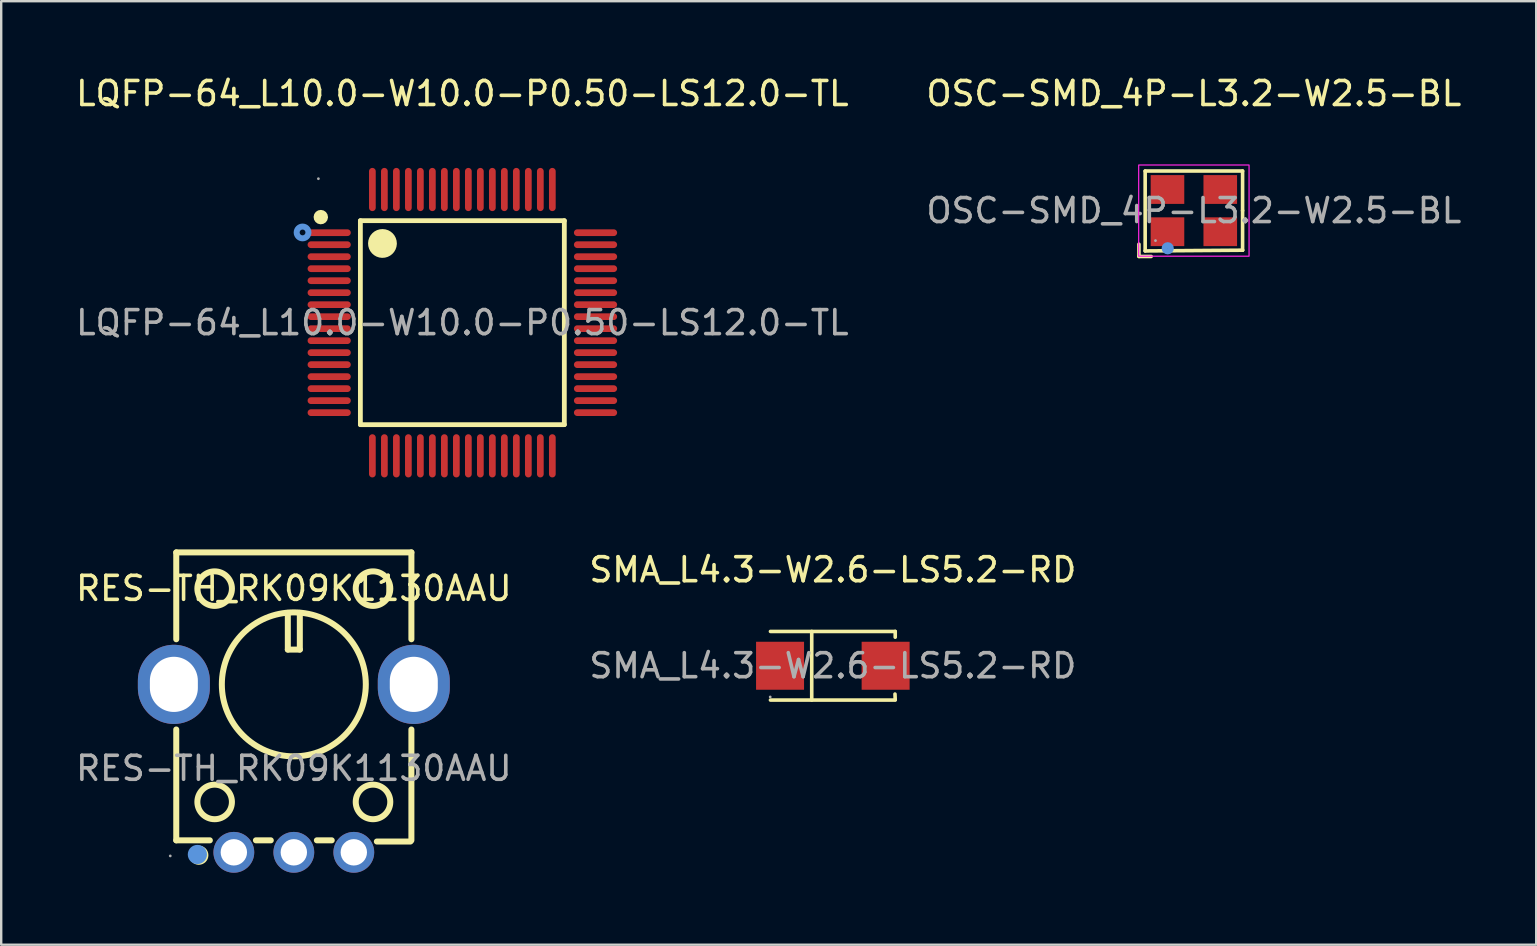
<source format=kicad_pcb>
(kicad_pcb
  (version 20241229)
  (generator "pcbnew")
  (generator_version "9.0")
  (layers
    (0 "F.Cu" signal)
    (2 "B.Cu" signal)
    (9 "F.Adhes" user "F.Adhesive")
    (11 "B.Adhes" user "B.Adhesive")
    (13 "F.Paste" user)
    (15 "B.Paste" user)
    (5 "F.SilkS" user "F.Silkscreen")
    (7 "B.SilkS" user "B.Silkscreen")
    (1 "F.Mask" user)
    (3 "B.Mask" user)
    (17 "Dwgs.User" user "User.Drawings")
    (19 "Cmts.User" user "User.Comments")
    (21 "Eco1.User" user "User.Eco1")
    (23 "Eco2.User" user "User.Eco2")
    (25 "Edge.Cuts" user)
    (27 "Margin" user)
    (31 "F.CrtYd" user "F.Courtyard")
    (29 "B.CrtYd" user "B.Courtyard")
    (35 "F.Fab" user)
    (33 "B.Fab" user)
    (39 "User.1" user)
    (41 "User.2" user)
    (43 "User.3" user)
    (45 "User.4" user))
  (footprint "OSC-SMD_4P-L3.2-W2.5-BL"
    (layer "F.Cu")
    (at 46.708 5.728)
    (property "Reference" "OSC-SMD_4P-L3.2-W2.5-BL" (at 0 -4.88 0) (layer "F.SilkS") (effects (font (size 1 1) (thickness 0.15))))
    (attr smd)
    (fp_line (start -2.29 1.4) (end -2.29 1.91) (stroke (width 0.15) (type solid)) (layer "F.SilkS"))
    (fp_line (start -2.29 1.91) (end -1.78 1.91) (stroke (width 0.15) (type solid)) (layer "F.SilkS"))
    (fp_line (start -2.03 -1.65) (end 2.03 -1.65) (stroke (width 0.15) (type solid)) (layer "F.SilkS"))
    (fp_line (start -2.03 1.68) (end -2.03 -1.65) (stroke (width 0.15) (type solid)) (layer "F.SilkS"))
    (fp_line (start 2.03 -1.65) (end 2.03 0) (stroke (width 0.15) (type solid)) (layer "F.SilkS"))
    (fp_line (start 2.03 0) (end 2.03 1.65) (stroke (width 0.15) (type solid)) (layer "F.SilkS"))
    (fp_line (start 2.03 1.65) (end -2.03 1.68) (stroke (width 0.15) (type solid)) (layer "F.SilkS"))
    (fp_line (start 2.03 1.65) (end 2.03 1.65) (stroke (width 0.15) (type solid)) (layer "F.SilkS"))
    (fp_circle (center -1.09 1.57) (end -0.96 1.57) (stroke (width 0.25) (type solid)) (fill no) (layer "Cmts.User"))
    (fp_rect (start -2.3 -1.9) (end 2.3 1.9) (stroke (width 0.05) (type default)) (fill no) (layer "F.CrtYd"))
    (fp_circle (center -1.6 1.25) (end -1.57 1.25) (stroke (width 0.06) (type solid)) (fill no) (layer "F.Fab"))
    (fp_text user "${REFERENCE}" (at 0 0 0) (layer "F.Fab") (effects (font (size 1 1) (thickness 0.15))))
    (pad "1" smd rect (at -1.1 0.88) (size 1.4 1.2) (layers "F.Cu" "F.Mask" "F.Paste"))
    (pad "2" smd rect (at 1.1 0.88) (size 1.4 1.2) (layers "F.Cu" "F.Mask" "F.Paste"))
    (pad "3" smd rect (at 1.1 -0.88) (size 1.4 1.2) (layers "F.Cu" "F.Mask" "F.Paste"))
    (pad "4" smd rect (at -1.1 -0.88) (size 1.4 1.2) (layers "F.Cu" "F.Mask" "F.Paste")))
  (footprint "LQFP-64_L10.0-W10.0-P0.50-LS12.0-TL"
    (layer "F.Cu")
    (at 16.22 10.398)
    (property "Reference" "LQFP-64_L10.0-W10.0-P0.50-LS12.0-TL" (at 0 -9.55 0) (layer "F.SilkS") (effects (font (size 1 1) (thickness 0.15))))
    (attr through_hole)
    (fp_line (start -4.25 -4.25) (end -4.25 4.25) (stroke (width 0.2) (type solid)) (layer "F.SilkS"))
    (fp_line (start -4.25 4.25) (end 4.25 4.25) (stroke (width 0.2) (type solid)) (layer "F.SilkS"))
    (fp_line (start 4.25 -4.25) (end -4.25 -4.25) (stroke (width 0.2) (type solid)) (layer "F.SilkS"))
    (fp_line (start 4.25 4.25) (end 4.25 -4.25) (stroke (width 0.2) (type solid)) (layer "F.SilkS"))
    (fp_arc (start -5.75 -4.39) (mid -6.05025 -4.404995) (end -5.749667 -4.400016) (stroke (width 0.3) (type solid)) (layer "F.SilkS"))
    (fp_arc (start -3.03 -3.29) (mid -3.630125 -3.304999) (end -3.029833 -3.300004) (stroke (width 0.6) (type solid)) (layer "F.SilkS"))
    (fp_circle (center -6.66 -3.76) (end -6.54 -3.76) (stroke (width 0.25) (type solid)) (fill no) (layer "Cmts.User"))
    (fp_circle (center -6 -6) (end -5.97 -6) (stroke (width 0.06) (type solid)) (fill no) (layer "F.Fab"))
    (fp_text user "${REFERENCE}" (at 0 0 0) (layer "F.Fab") (effects (font (size 1 1) (thickness 0.15))))
    (pad "1" smd oval (at -5.55 -3.75) (size 1.8 0.28) (layers "F.Cu" "F.Mask" "F.Paste"))
    (pad "2" smd oval (at -5.55 -3.25) (size 1.8 0.28) (layers "F.Cu" "F.Mask" "F.Paste"))
    (pad "3" smd oval (at -5.55 -2.75) (size 1.8 0.28) (layers "F.Cu" "F.Mask" "F.Paste"))
    (pad "4" smd oval (at -5.55 -2.25) (size 1.8 0.28) (layers "F.Cu" "F.Mask" "F.Paste"))
    (pad "5" smd oval (at -5.55 -1.75) (size 1.8 0.28) (layers "F.Cu" "F.Mask" "F.Paste"))
    (pad "6" smd oval (at -5.55 -1.25) (size 1.8 0.28) (layers "F.Cu" "F.Mask" "F.Paste"))
    (pad "7" smd oval (at -5.55 -0.75) (size 1.8 0.28) (layers "F.Cu" "F.Mask" "F.Paste"))
    (pad "8" smd oval (at -5.55 -0.25) (size 1.8 0.28) (layers "F.Cu" "F.Mask" "F.Paste"))
    (pad "9" smd oval (at -5.55 0.25) (size 1.8 0.28) (layers "F.Cu" "F.Mask" "F.Paste"))
    (pad "10" smd oval (at -5.55 0.75) (size 1.8 0.28) (layers "F.Cu" "F.Mask" "F.Paste"))
    (pad "11" smd oval (at -5.55 1.25) (size 1.8 0.28) (layers "F.Cu" "F.Mask" "F.Paste"))
    (pad "12" smd oval (at -5.55 1.75) (size 1.8 0.28) (layers "F.Cu" "F.Mask" "F.Paste"))
    (pad "13" smd oval (at -5.55 2.25) (size 1.8 0.28) (layers "F.Cu" "F.Mask" "F.Paste"))
    (pad "14" smd oval (at -5.55 2.75) (size 1.8 0.28) (layers "F.Cu" "F.Mask" "F.Paste"))
    (pad "15" smd oval (at -5.55 3.25) (size 1.8 0.28) (layers "F.Cu" "F.Mask" "F.Paste"))
    (pad "16" smd oval (at -5.55 3.75) (size 1.8 0.28) (layers "F.Cu" "F.Mask" "F.Paste"))
    (pad "17" smd oval (at -3.75 5.55) (size 0.28 1.8) (layers "F.Cu" "F.Mask" "F.Paste"))
    (pad "18" smd oval (at -3.25 5.55) (size 0.28 1.8) (layers "F.Cu" "F.Mask" "F.Paste"))
    (pad "19" smd oval (at -2.75 5.55) (size 0.28 1.8) (layers "F.Cu" "F.Mask" "F.Paste"))
    (pad "20" smd oval (at -2.25 5.55) (size 0.28 1.8) (layers "F.Cu" "F.Mask" "F.Paste"))
    (pad "21" smd oval (at -1.75 5.55) (size 0.28 1.8) (layers "F.Cu" "F.Mask" "F.Paste"))
    (pad "22" smd oval (at -1.25 5.55) (size 0.28 1.8) (layers "F.Cu" "F.Mask" "F.Paste"))
    (pad "23" smd oval (at -0.75 5.55) (size 0.28 1.8) (layers "F.Cu" "F.Mask" "F.Paste"))
    (pad "24" smd oval (at -0.25 5.55) (size 0.28 1.8) (layers "F.Cu" "F.Mask" "F.Paste"))
    (pad "25" smd oval (at 0.25 5.55) (size 0.28 1.8) (layers "F.Cu" "F.Mask" "F.Paste"))
    (pad "26" smd oval (at 0.75 5.55) (size 0.28 1.8) (layers "F.Cu" "F.Mask" "F.Paste"))
    (pad "27" smd oval (at 1.25 5.55) (size 0.28 1.8) (layers "F.Cu" "F.Mask" "F.Paste"))
    (pad "28" smd oval (at 1.75 5.55) (size 0.28 1.8) (layers "F.Cu" "F.Mask" "F.Paste"))
    (pad "29" smd oval (at 2.25 5.55) (size 0.28 1.8) (layers "F.Cu" "F.Mask" "F.Paste"))
    (pad "30" smd oval (at 2.75 5.55) (size 0.28 1.8) (layers "F.Cu" "F.Mask" "F.Paste"))
    (pad "31" smd oval (at 3.25 5.55) (size 0.28 1.8) (layers "F.Cu" "F.Mask" "F.Paste"))
    (pad "32" smd oval (at 3.75 5.55) (size 0.28 1.8) (layers "F.Cu" "F.Mask" "F.Paste"))
    (pad "33" smd oval (at 5.55 3.75) (size 1.8 0.28) (layers "F.Cu" "F.Mask" "F.Paste"))
    (pad "34" smd oval (at 5.55 3.25) (size 1.8 0.28) (layers "F.Cu" "F.Mask" "F.Paste"))
    (pad "35" smd oval (at 5.55 2.75) (size 1.8 0.28) (layers "F.Cu" "F.Mask" "F.Paste"))
    (pad "36" smd oval (at 5.55 2.25) (size 1.8 0.28) (layers "F.Cu" "F.Mask" "F.Paste"))
    (pad "37" smd oval (at 5.55 1.75) (size 1.8 0.28) (layers "F.Cu" "F.Mask" "F.Paste"))
    (pad "38" smd oval (at 5.55 1.25) (size 1.8 0.28) (layers "F.Cu" "F.Mask" "F.Paste"))
    (pad "39" smd oval (at 5.55 0.75) (size 1.8 0.28) (layers "F.Cu" "F.Mask" "F.Paste"))
    (pad "40" smd oval (at 5.55 0.25) (size 1.8 0.28) (layers "F.Cu" "F.Mask" "F.Paste"))
    (pad "41" smd oval (at 5.55 -0.25) (size 1.8 0.28) (layers "F.Cu" "F.Mask" "F.Paste"))
    (pad "42" smd oval (at 5.55 -0.75) (size 1.8 0.28) (layers "F.Cu" "F.Mask" "F.Paste"))
    (pad "43" smd oval (at 5.55 -1.25) (size 1.8 0.28) (layers "F.Cu" "F.Mask" "F.Paste"))
    (pad "44" smd oval (at 5.55 -1.75) (size 1.8 0.28) (layers "F.Cu" "F.Mask" "F.Paste"))
    (pad "45" smd oval (at 5.55 -2.25) (size 1.8 0.28) (layers "F.Cu" "F.Mask" "F.Paste"))
    (pad "46" smd oval (at 5.55 -2.75) (size 1.8 0.28) (layers "F.Cu" "F.Mask" "F.Paste"))
    (pad "47" smd oval (at 5.55 -3.25) (size 1.8 0.28) (layers "F.Cu" "F.Mask" "F.Paste"))
    (pad "48" smd oval (at 5.55 -3.75) (size 1.8 0.28) (layers "F.Cu" "F.Mask" "F.Paste"))
    (pad "49" smd oval (at 3.75 -5.55) (size 0.28 1.8) (layers "F.Cu" "F.Mask" "F.Paste"))
    (pad "50" smd oval (at 3.25 -5.55) (size 0.28 1.8) (layers "F.Cu" "F.Mask" "F.Paste"))
    (pad "51" smd oval (at 2.75 -5.55) (size 0.28 1.8) (layers "F.Cu" "F.Mask" "F.Paste"))
    (pad "52" smd oval (at 2.25 -5.55) (size 0.28 1.8) (layers "F.Cu" "F.Mask" "F.Paste"))
    (pad "53" smd oval (at 1.75 -5.55) (size 0.28 1.8) (layers "F.Cu" "F.Mask" "F.Paste"))
    (pad "54" smd oval (at 1.25 -5.55) (size 0.28 1.8) (layers "F.Cu" "F.Mask" "F.Paste"))
    (pad "55" smd oval (at 0.75 -5.55) (size 0.28 1.8) (layers "F.Cu" "F.Mask" "F.Paste"))
    (pad "56" smd oval (at 0.25 -5.55) (size 0.28 1.8) (layers "F.Cu" "F.Mask" "F.Paste"))
    (pad "57" smd oval (at -0.25 -5.55) (size 0.28 1.8) (layers "F.Cu" "F.Mask" "F.Paste"))
    (pad "58" smd oval (at -0.75 -5.55) (size 0.28 1.8) (layers "F.Cu" "F.Mask" "F.Paste"))
    (pad "59" smd oval (at -1.25 -5.55) (size 0.28 1.8) (layers "F.Cu" "F.Mask" "F.Paste"))
    (pad "60" smd oval (at -1.75 -5.55) (size 0.28 1.8) (layers "F.Cu" "F.Mask" "F.Paste"))
    (pad "61" smd oval (at -2.25 -5.55) (size 0.28 1.8) (layers "F.Cu" "F.Mask" "F.Paste"))
    (pad "62" smd oval (at -2.75 -5.55) (size 0.28 1.8) (layers "F.Cu" "F.Mask" "F.Paste"))
    (pad "63" smd oval (at -3.25 -5.55) (size 0.28 1.8) (layers "F.Cu" "F.Mask" "F.Paste"))
    (pad "64" smd oval (at -3.75 -5.55) (size 0.28 1.8) (layers "F.Cu" "F.Mask" "F.Paste")))
  (footprint "RES-TH_RK09K1130AAU"
    (layer "F.Cu")
    (at 9.196 28.973)
    (property "Reference" "RES-TH_RK09K1130AAU" (at 0 -7.5 0) (layer "F.SilkS") (effects (font (size 1 1) (thickness 0.15))))
    (attr through_hole)
    (fp_line (start -4.9 -9) (end -4.9 -5.38) (stroke (width 0.25) (type solid)) (layer "F.SilkS"))
    (fp_line (start -4.9 -9) (end 4.9 -9) (stroke (width 0.25) (type solid)) (layer "F.SilkS"))
    (fp_line (start -4.9 -1.62) (end -4.9 3) (stroke (width 0.25) (type solid)) (layer "F.SilkS"))
    (fp_line (start -4.9 3) (end -3.5 3) (stroke (width 0.25) (type solid)) (layer "F.SilkS"))
    (fp_line (start -1.58 3) (end -0.96 3) (stroke (width 0.25) (type solid)) (layer "F.SilkS"))
    (fp_line (start -0.25 -6.48) (end -0.25 -4.95) (stroke (width 0.25) (type solid)) (layer "F.SilkS"))
    (fp_line (start -0.25 -4.95) (end 0.25 -4.95) (stroke (width 0.25) (type solid)) (layer "F.SilkS"))
    (fp_line (start 0.25 -4.95) (end 0.25 -6.48) (stroke (width 0.25) (type solid)) (layer "F.SilkS"))
    (fp_line (start 0.96 3) (end 1.58 3) (stroke (width 0.25) (type solid)) (layer "F.SilkS"))
    (fp_line (start 4.86 3.05) (end 3.46 3.05) (stroke (width 0.25) (type solid)) (layer "F.SilkS"))
    (fp_line (start 4.9 -9) (end 4.9 -5.38) (stroke (width 0.25) (type solid)) (layer "F.SilkS"))
    (fp_line (start 4.9 -1.62) (end 4.9 3) (stroke (width 0.25) (type solid)) (layer "F.SilkS"))
    (fp_circle (center -3.96 3.62) (end -3.76 3.62) (stroke (width 0.4) (type solid)) (fill no) (layer "F.SilkS"))
    (fp_circle (center -3.3 -7.49) (end -2.58 -7.49) (stroke (width 0.25) (type solid)) (fill no) (layer "F.SilkS"))
    (fp_circle (center -3.3 1.4) (end -2.58 1.4) (stroke (width 0.25) (type solid)) (fill no) (layer "F.SilkS"))
    (fp_circle (center 0 -3.5) (end 3 -3.5) (stroke (width 0.25) (type solid)) (fill no) (layer "F.SilkS"))
    (fp_circle (center 3.3 -7.49) (end 4.02 -7.49) (stroke (width 0.25) (type solid)) (fill no) (layer "F.SilkS"))
    (fp_circle (center 3.3 1.4) (end 4.02 1.4) (stroke (width 0.25) (type solid)) (fill no) (layer "F.SilkS"))
    (fp_circle (center -4.02 3.59) (end -3.82 3.59) (stroke (width 0.4) (type solid)) (fill no) (layer "Cmts.User"))
    (fp_circle (center -5.15 3.65) (end -5.12 3.65) (stroke (width 0.06) (type solid)) (fill no) (layer "F.Fab"))
    (fp_text user "${REFERENCE}" (at 0 0 0) (layer "F.Fab") (effects (font (size 1 1) (thickness 0.15))))
    (pad "1" thru_hole circle (at -2.5 3.5) (size 1.7 1.7) (drill 1.1) (layers "*.Cu" "*.Paste" "*.Mask"))
    (pad "2" thru_hole circle (at 0 3.5) (size 1.7 1.7) (drill 1.1) (layers "*.Cu" "*.Paste" "*.Mask"))
    (pad "3" thru_hole circle (at 2.5 3.5) (size 1.7 1.7) (drill 1.1) (layers "*.Cu" "*.Paste" "*.Mask"))
    (pad "4" thru_hole oval (at 5 -3.5) (size 3 3.3) (drill oval 2 2.3) (layers "*.Cu" "*.Paste" "*.Mask"))
    (pad "5" thru_hole oval (at -5 -3.5) (size 3 3.3) (drill oval 2 2.3) (layers "*.Cu" "*.Paste" "*.Mask")))
  (footprint "SMA_L4.3-W2.6-LS5.2-RD"
    (layer "F.Cu")
    (at 31.661 24.697)
    (property "Reference" "SMA_L4.3-W2.6-LS5.2-RD" (at 0 -4 0) (layer "F.SilkS") (effects (font (size 1 1) (thickness 0.15))))
    (attr through_hole)
    (fp_line (start -2.6 -1.43) (end 2.6 -1.43) (stroke (width 0.15) (type solid)) (layer "F.SilkS"))
    (fp_line (start -2.6 1.43) (end 2.6 1.43) (stroke (width 0.15) (type solid)) (layer "F.SilkS"))
    (fp_line (start -0.88 -1.43) (end -0.88 1.43) (stroke (width 0.15) (type solid)) (layer "F.SilkS"))
    (fp_line (start 2.59 1.18) (end 2.6 1.41) (stroke (width 0.15) (type solid)) (layer "F.SilkS"))
    (fp_line (start 2.6 -1.43) (end 2.6 -1.19) (stroke (width 0.15) (type solid)) (layer "F.SilkS"))
    (fp_circle (center -2.61 1.3) (end -2.58 1.3) (stroke (width 0.06) (type solid)) (fill no) (layer "F.Fab"))
    (fp_text user "${REFERENCE}" (at 0 0 0) (layer "F.Fab") (effects (font (size 1 1) (thickness 0.15))))
    (pad "1" smd rect (at -2.2 0 180) (size 2 2) (layers "F.Cu" "F.Mask" "F.Paste"))
    (pad "2" smd rect (at 2.2 0 180) (size 2 2) (layers "F.Cu" "F.Mask" "F.Paste")))
  (gr_rect
    (start -3 -3)
    (end 60.976 36.323)
    (stroke (width 0.1) (type default))
    (fill no)
    (layer "Edge.Cuts")))
</source>
